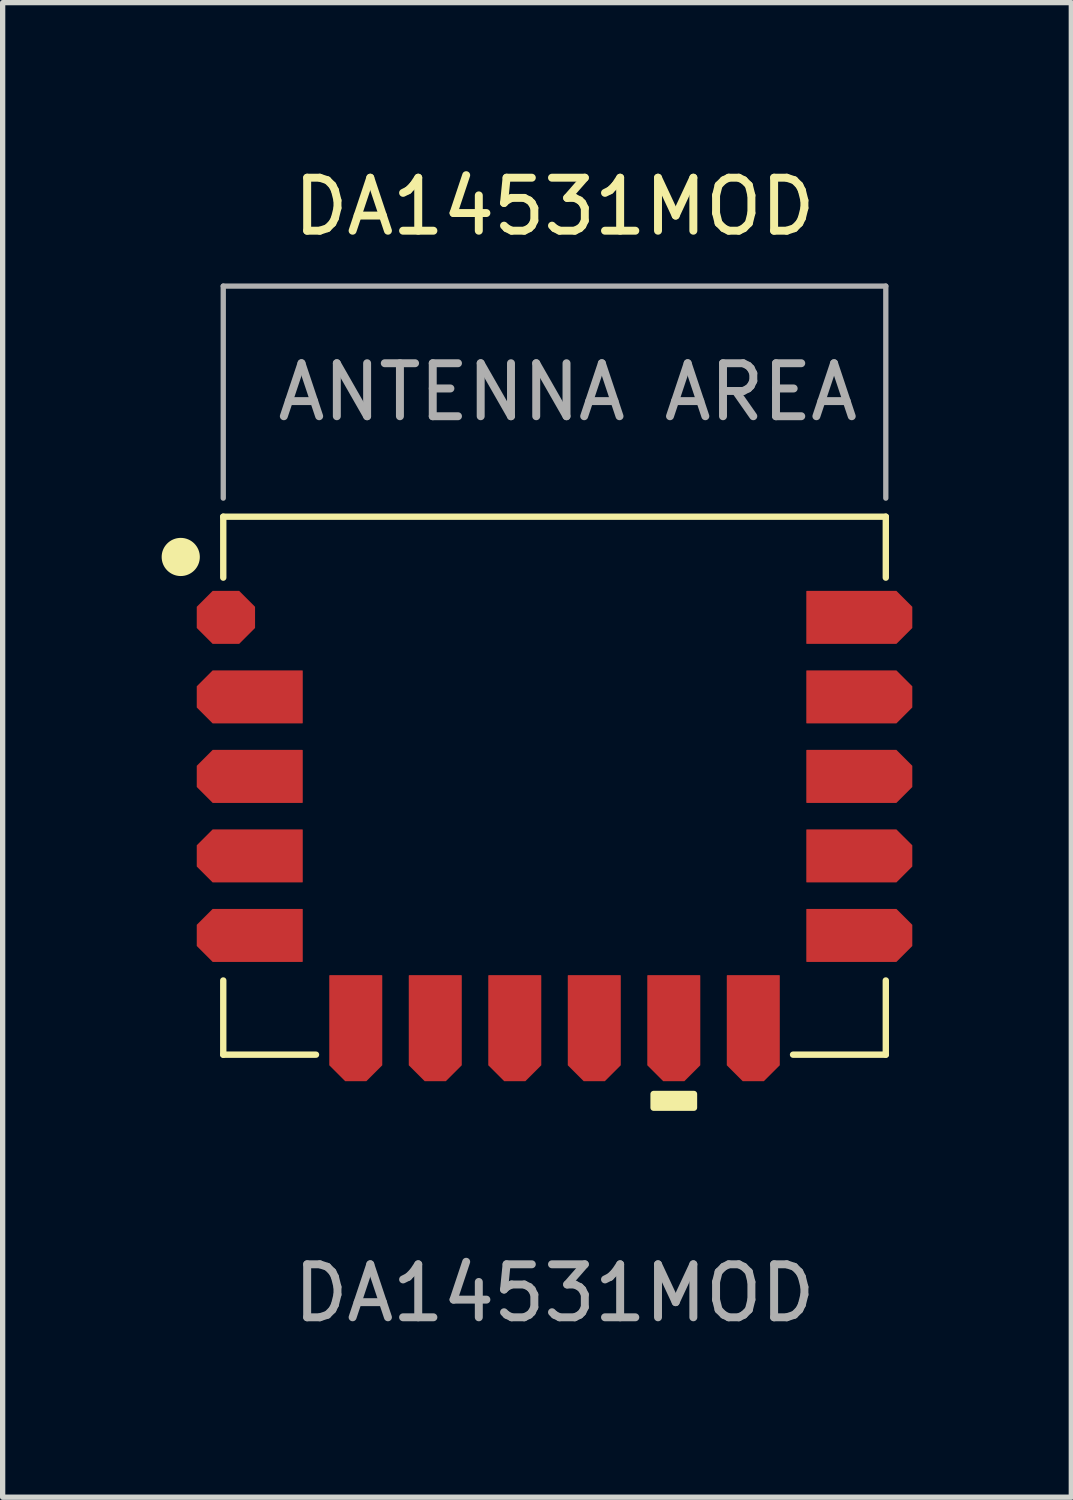
<source format=kicad_pcb>
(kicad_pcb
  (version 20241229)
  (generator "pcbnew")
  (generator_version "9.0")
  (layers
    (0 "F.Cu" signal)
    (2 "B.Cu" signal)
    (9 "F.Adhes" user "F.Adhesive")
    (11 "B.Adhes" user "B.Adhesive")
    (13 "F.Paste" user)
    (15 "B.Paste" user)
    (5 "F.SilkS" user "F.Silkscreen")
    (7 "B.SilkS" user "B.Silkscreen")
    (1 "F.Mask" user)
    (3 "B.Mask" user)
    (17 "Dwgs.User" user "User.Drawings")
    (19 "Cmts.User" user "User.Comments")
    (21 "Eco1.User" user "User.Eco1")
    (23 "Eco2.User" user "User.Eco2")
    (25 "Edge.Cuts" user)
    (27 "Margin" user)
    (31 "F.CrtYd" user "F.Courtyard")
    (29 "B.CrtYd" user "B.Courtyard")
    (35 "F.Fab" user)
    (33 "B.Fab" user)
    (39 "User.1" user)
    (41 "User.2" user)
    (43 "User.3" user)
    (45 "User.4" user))
  (footprint "DA14531MOD"
    (layer "F.Cu")
    (at 7.412 6.698)
    (property "Reference" "DA14531MOD" (at 0 -5.85 0) (unlocked yes) (layer "F.SilkS") (effects (font (size 1 1) (thickness 0.15))))
    (attr smd)
    (fp_line (start -6.25 0) (end -6.25 1.15) (stroke (width 0.12) (type solid)) (layer "F.SilkS"))
    (fp_line (start -6.25 0) (end 6.25 0) (stroke (width 0.12) (type solid)) (layer "F.SilkS"))
    (fp_line (start -6.25 8.75) (end -6.25 10.15) (stroke (width 0.12) (type solid)) (layer "F.SilkS"))
    (fp_line (start -6.25 10.15) (end -4.5 10.15) (stroke (width 0.12) (type solid)) (layer "F.SilkS"))
    (fp_line (start 6.25 0) (end 6.25 1.15) (stroke (width 0.12) (type solid)) (layer "F.SilkS"))
    (fp_line (start 6.25 8.75) (end 6.25 10.15) (stroke (width 0.12) (type solid)) (layer "F.SilkS"))
    (fp_line (start 6.25 10.15) (end 4.5 10.15) (stroke (width 0.12) (type solid)) (layer "F.SilkS"))
    (fp_rect (start 1.869 10.892) (end 2.631 11.15) (stroke (width 0.12) (type solid)) (fill yes) (layer "F.SilkS"))
    (fp_circle (center -7.052 0.76) (end -6.752 0.76) (stroke (width 0.12) (type solid)) (fill yes) (layer "F.SilkS"))
    (fp_line (start -6.25 -4.35) (end 6.25 -4.35) (stroke (width 0.1) (type solid)) (layer "F.Fab"))
    (fp_line (start -6.25 -0.35) (end -6.25 -4.35) (stroke (width 0.1) (type solid)) (layer "F.Fab"))
    (fp_line (start 6.25 -0.35) (end 6.25 -4.35) (stroke (width 0.1) (type solid)) (layer "F.Fab"))
    (fp_text user "ANTENNA AREA" (at 0.25 -2.35 0) (unlocked yes) (layer "F.Fab") (effects (font (size 1 1) (thickness 0.15))))
    (fp_text user "${REFERENCE}" (at 0 14.65 0) (unlocked yes) (layer "F.Fab") (effects (font (size 1 1) (thickness 0.15))))
    (pad "1" smd roundrect (at -6.2 1.9) (size 1.1 1) (layers "F.Cu" "F.Mask" "F.Paste") (roundrect_rratio 0) (chamfer_ratio 0.3) (chamfer top_left top_right bottom_left bottom_right))
    (pad "2" smd roundrect (at -5.75 3.4) (size 2 1) (layers "F.Cu" "F.Mask" "F.Paste") (roundrect_rratio 0.01) (chamfer_ratio 0.3) (chamfer top_left bottom_left))
    (pad "3" smd roundrect (at -5.75 4.9) (size 2 1) (layers "F.Cu" "F.Mask" "F.Paste") (roundrect_rratio 0.01) (chamfer_ratio 0.3) (chamfer top_left bottom_left))
    (pad "4" smd roundrect (at -5.75 6.4) (size 2 1) (layers "F.Cu" "F.Mask" "F.Paste") (roundrect_rratio 0.01) (chamfer_ratio 0.3) (chamfer top_left bottom_left))
    (pad "5" smd roundrect (at -5.75 7.9) (size 2 1) (layers "F.Cu" "F.Mask" "F.Paste") (roundrect_rratio 0.01) (chamfer_ratio 0.3) (chamfer top_left bottom_left))
    (pad "6" smd roundrect (at -3.75 9.65 90) (size 2 1) (layers "F.Cu" "F.Mask" "F.Paste") (roundrect_rratio 0.01) (chamfer_ratio 0.3) (chamfer top_left bottom_left))
    (pad "7" smd roundrect (at -2.25 9.65 90) (size 2 1) (layers "F.Cu" "F.Mask" "F.Paste") (roundrect_rratio 0.01) (chamfer_ratio 0.3) (chamfer top_left bottom_left))
    (pad "8" smd roundrect (at -0.75 9.65 90) (size 2 1) (layers "F.Cu" "F.Mask" "F.Paste") (roundrect_rratio 0.01) (chamfer_ratio 0.3) (chamfer top_left bottom_left))
    (pad "9" smd roundrect (at 0.75 9.65 90) (size 2 1) (layers "F.Cu" "F.Mask" "F.Paste") (roundrect_rratio 0.01) (chamfer_ratio 0.3) (chamfer top_left bottom_left))
    (pad "10" smd roundrect (at 2.25 9.65 90) (size 2 1) (layers "F.Cu" "F.Mask" "F.Paste") (roundrect_rratio 0.01) (chamfer_ratio 0.3) (chamfer top_left bottom_left))
    (pad "11" smd roundrect (at 3.75 9.65 90) (size 2 1) (layers "F.Cu" "F.Mask" "F.Paste") (roundrect_rratio 0.01) (chamfer_ratio 0.3) (chamfer top_left bottom_left))
    (pad "12" smd roundrect (at 5.75 7.9 180) (size 2 1) (layers "F.Cu" "F.Mask" "F.Paste") (roundrect_rratio 0.01) (chamfer_ratio 0.3) (chamfer top_left bottom_left))
    (pad "13" smd roundrect (at 5.75 6.4 180) (size 2 1) (layers "F.Cu" "F.Mask" "F.Paste") (roundrect_rratio 0.01) (chamfer_ratio 0.3) (chamfer top_left bottom_left))
    (pad "14" smd roundrect (at 5.75 4.9 180) (size 2 1) (layers "F.Cu" "F.Mask" "F.Paste") (roundrect_rratio 0.01) (chamfer_ratio 0.3) (chamfer top_left bottom_left))
    (pad "15" smd roundrect (at 5.75 3.4 180) (size 2 1) (layers "F.Cu" "F.Mask" "F.Paste") (roundrect_rratio 0.01) (chamfer_ratio 0.3) (chamfer top_left bottom_left))
    (pad "16" smd roundrect (at 5.75 1.9 180) (size 2 1) (layers "F.Cu" "F.Mask" "F.Paste") (roundrect_rratio 0.01) (chamfer_ratio 0.3) (chamfer top_left bottom_left)))
  (gr_rect
    (start -3 -3)
    (end 17.162 25.197)
    (stroke (width 0.1) (type default))
    (fill no)
    (layer "Edge.Cuts")))
</source>
